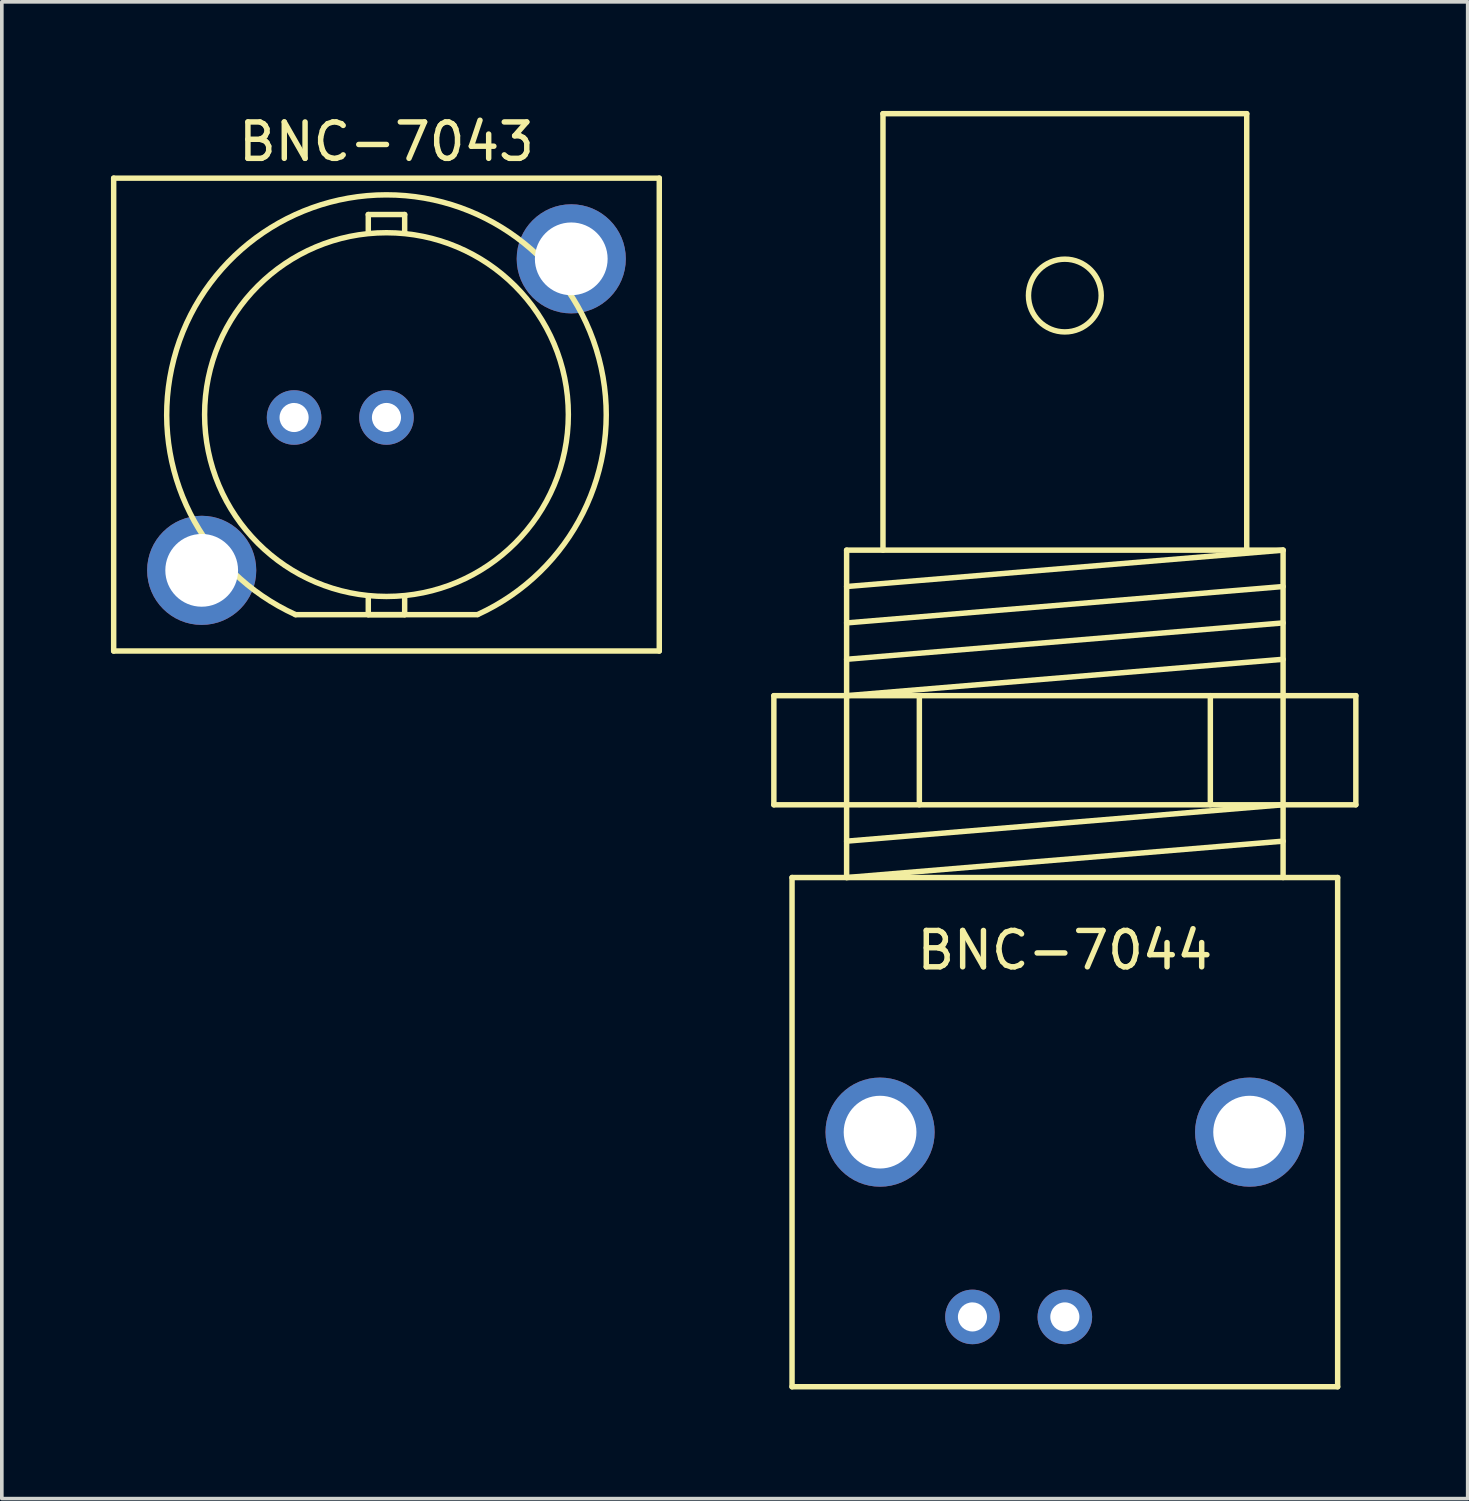
<source format=kicad_pcb>
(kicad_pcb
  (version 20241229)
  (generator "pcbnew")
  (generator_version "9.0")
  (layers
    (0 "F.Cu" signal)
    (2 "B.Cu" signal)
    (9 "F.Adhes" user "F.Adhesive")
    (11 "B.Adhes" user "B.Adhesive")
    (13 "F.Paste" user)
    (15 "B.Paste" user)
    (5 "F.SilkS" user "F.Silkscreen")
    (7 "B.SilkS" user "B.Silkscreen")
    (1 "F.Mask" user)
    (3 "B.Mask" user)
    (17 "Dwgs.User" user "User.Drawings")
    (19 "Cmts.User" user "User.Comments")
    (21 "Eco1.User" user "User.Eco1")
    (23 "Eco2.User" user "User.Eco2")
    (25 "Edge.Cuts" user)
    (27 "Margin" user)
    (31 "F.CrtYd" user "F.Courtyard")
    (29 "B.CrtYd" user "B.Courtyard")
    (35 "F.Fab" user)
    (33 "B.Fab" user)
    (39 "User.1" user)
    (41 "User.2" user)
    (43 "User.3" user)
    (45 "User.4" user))
  (footprint "BNC-7043"
    (layer "F.Cu")
    (at 7.575 8.348)
    (property "Reference" "BNC-7043" (at 0 -7.5 0) (layer "F.SilkS") (effects (font (size 1 1) (thickness 0.15))))
    (attr through_hole)
    (fp_line (start -7.5 -6.5) (end 7.5 -6.5) (stroke (width 0.15) (type solid)) (layer "F.SilkS"))
    (fp_line (start -7.5 6.5) (end -7.5 -6.5) (stroke (width 0.15) (type solid)) (layer "F.SilkS"))
    (fp_line (start -0.5 -5.5) (end 0.5 -5.5) (stroke (width 0.15) (type solid)) (layer "F.SilkS"))
    (fp_line (start -0.5 -5) (end -0.5 -5.5) (stroke (width 0.15) (type solid)) (layer "F.SilkS"))
    (fp_line (start -0.5 5) (end -0.5 5.5) (stroke (width 0.15) (type solid)) (layer "F.SilkS"))
    (fp_line (start -0.5 5.5) (end 0.5 5.5) (stroke (width 0.15) (type solid)) (layer "F.SilkS"))
    (fp_line (start 0.5 -5.5) (end 0.5 -5) (stroke (width 0.15) (type solid)) (layer "F.SilkS"))
    (fp_line (start 0.5 5.5) (end 0.5 5) (stroke (width 0.15) (type solid)) (layer "F.SilkS"))
    (fp_line (start 2.5 5.5) (end -2.5 5.5) (stroke (width 0.15) (type solid)) (layer "F.SilkS"))
    (fp_line (start 7.5 -6.5) (end 7.5 6.5) (stroke (width 0.15) (type solid)) (layer "F.SilkS"))
    (fp_line (start 7.5 6.5) (end -7.5 6.5) (stroke (width 0.15) (type solid)) (layer "F.SilkS"))
    (fp_arc (start -2.5 5.5) (mid -0.00591 -6.04152) (end 2.510755 5.495099) (stroke (width 0.15) (type solid)) (layer "F.SilkS"))
    (fp_circle (center 0 0) (end 5 0) (stroke (width 0.15) (type solid)) (fill no) (layer "F.SilkS"))
    (pad "1" thru_hole circle (at 0 0.08) (size 1.5 1.5) (drill 0.8) (layers "*.Cu" "*.Mask"))
    (pad "2" thru_hole circle (at -2.54 0.08) (size 1.5 1.5) (drill 0.8) (layers "*.Cu" "*.Mask"))
    (pad "3" thru_hole circle (at 5.08 -4.282) (size 3 3) (drill 2) (layers "*.Cu" "*.Mask"))
    (pad "4" thru_hole circle (at -5.08 4.282) (size 3 3) (drill 2) (layers "*.Cu" "*.Mask")))
  (footprint "BNC-7044"
    (layer "F.Cu")
    (at 26.225 28.075)
    (property "Reference" "BNC-7044" (at 0 -5 0) (layer "F.SilkS") (effects (font (size 1 1) (thickness 0.15))))
    (attr through_hole)
    (fp_line (start -8 -12) (end 8 -12) (stroke (width 0.15) (type solid)) (layer "F.SilkS"))
    (fp_line (start -8 -9) (end -8 -12) (stroke (width 0.15) (type solid)) (layer "F.SilkS"))
    (fp_line (start -7.5 -7) (end 7.5 -7) (stroke (width 0.15) (type solid)) (layer "F.SilkS"))
    (fp_line (start -7.5 7) (end -7.5 -7) (stroke (width 0.15) (type solid)) (layer "F.SilkS"))
    (fp_line (start -6 -16) (end 6 -16) (stroke (width 0.15) (type solid)) (layer "F.SilkS"))
    (fp_line (start -6 -7) (end -6 -16) (stroke (width 0.15) (type solid)) (layer "F.SilkS"))
    (fp_line (start -5 -28) (end 5 -28) (stroke (width 0.15) (type solid)) (layer "F.SilkS"))
    (fp_line (start -5 -16) (end -5 -28) (stroke (width 0.15) (type solid)) (layer "F.SilkS"))
    (fp_line (start -4 -9) (end -4 -12) (stroke (width 0.15) (type solid)) (layer "F.SilkS"))
    (fp_line (start 4 -9) (end 4 -12) (stroke (width 0.15) (type solid)) (layer "F.SilkS"))
    (fp_line (start 5 -28) (end 5 -16) (stroke (width 0.15) (type solid)) (layer "F.SilkS"))
    (fp_line (start 6 -16) (end -6 -15) (stroke (width 0.15) (type solid)) (layer "F.SilkS"))
    (fp_line (start 6 -16) (end 6 -7) (stroke (width 0.15) (type solid)) (layer "F.SilkS"))
    (fp_line (start 6 -15) (end -6 -14) (stroke (width 0.15) (type solid)) (layer "F.SilkS"))
    (fp_line (start 6 -14) (end -6 -13) (stroke (width 0.15) (type solid)) (layer "F.SilkS"))
    (fp_line (start 6 -13) (end -6 -12) (stroke (width 0.15) (type solid)) (layer "F.SilkS"))
    (fp_line (start 6 -9) (end -6 -8) (stroke (width 0.15) (type solid)) (layer "F.SilkS"))
    (fp_line (start 6 -8) (end -6 -7) (stroke (width 0.15) (type solid)) (layer "F.SilkS"))
    (fp_line (start 7.5 -7) (end 7.5 7) (stroke (width 0.15) (type solid)) (layer "F.SilkS"))
    (fp_line (start 7.5 7) (end -7.5 7) (stroke (width 0.15) (type solid)) (layer "F.SilkS"))
    (fp_line (start 8 -12) (end 8 -9) (stroke (width 0.15) (type solid)) (layer "F.SilkS"))
    (fp_line (start 8 -9) (end -8 -9) (stroke (width 0.15) (type solid)) (layer "F.SilkS"))
    (fp_circle (center 0 -23) (end 1 -23) (stroke (width 0.15) (type solid)) (fill no) (layer "F.SilkS"))
    (pad "1" thru_hole circle (at 0 5.08) (size 1.5 1.5) (drill 0.8) (layers "*.Cu" "*.Mask"))
    (pad "2" thru_hole circle (at -2.54 5.08) (size 1.5 1.5) (drill 0.8) (layers "*.Cu" "*.Mask"))
    (pad "3" thru_hole circle (at 5.08 0) (size 3 3) (drill 2) (layers "*.Cu" "*.Mask"))
    (pad "4" thru_hole circle (at -5.08 0) (size 3 3) (drill 2) (layers "*.Cu" "*.Mask")))
  (gr_rect
    (start -3 -3)
    (end 37.3 38.15)
    (stroke (width 0.1) (type default))
    (fill no)
    (layer "Edge.Cuts")))
</source>
